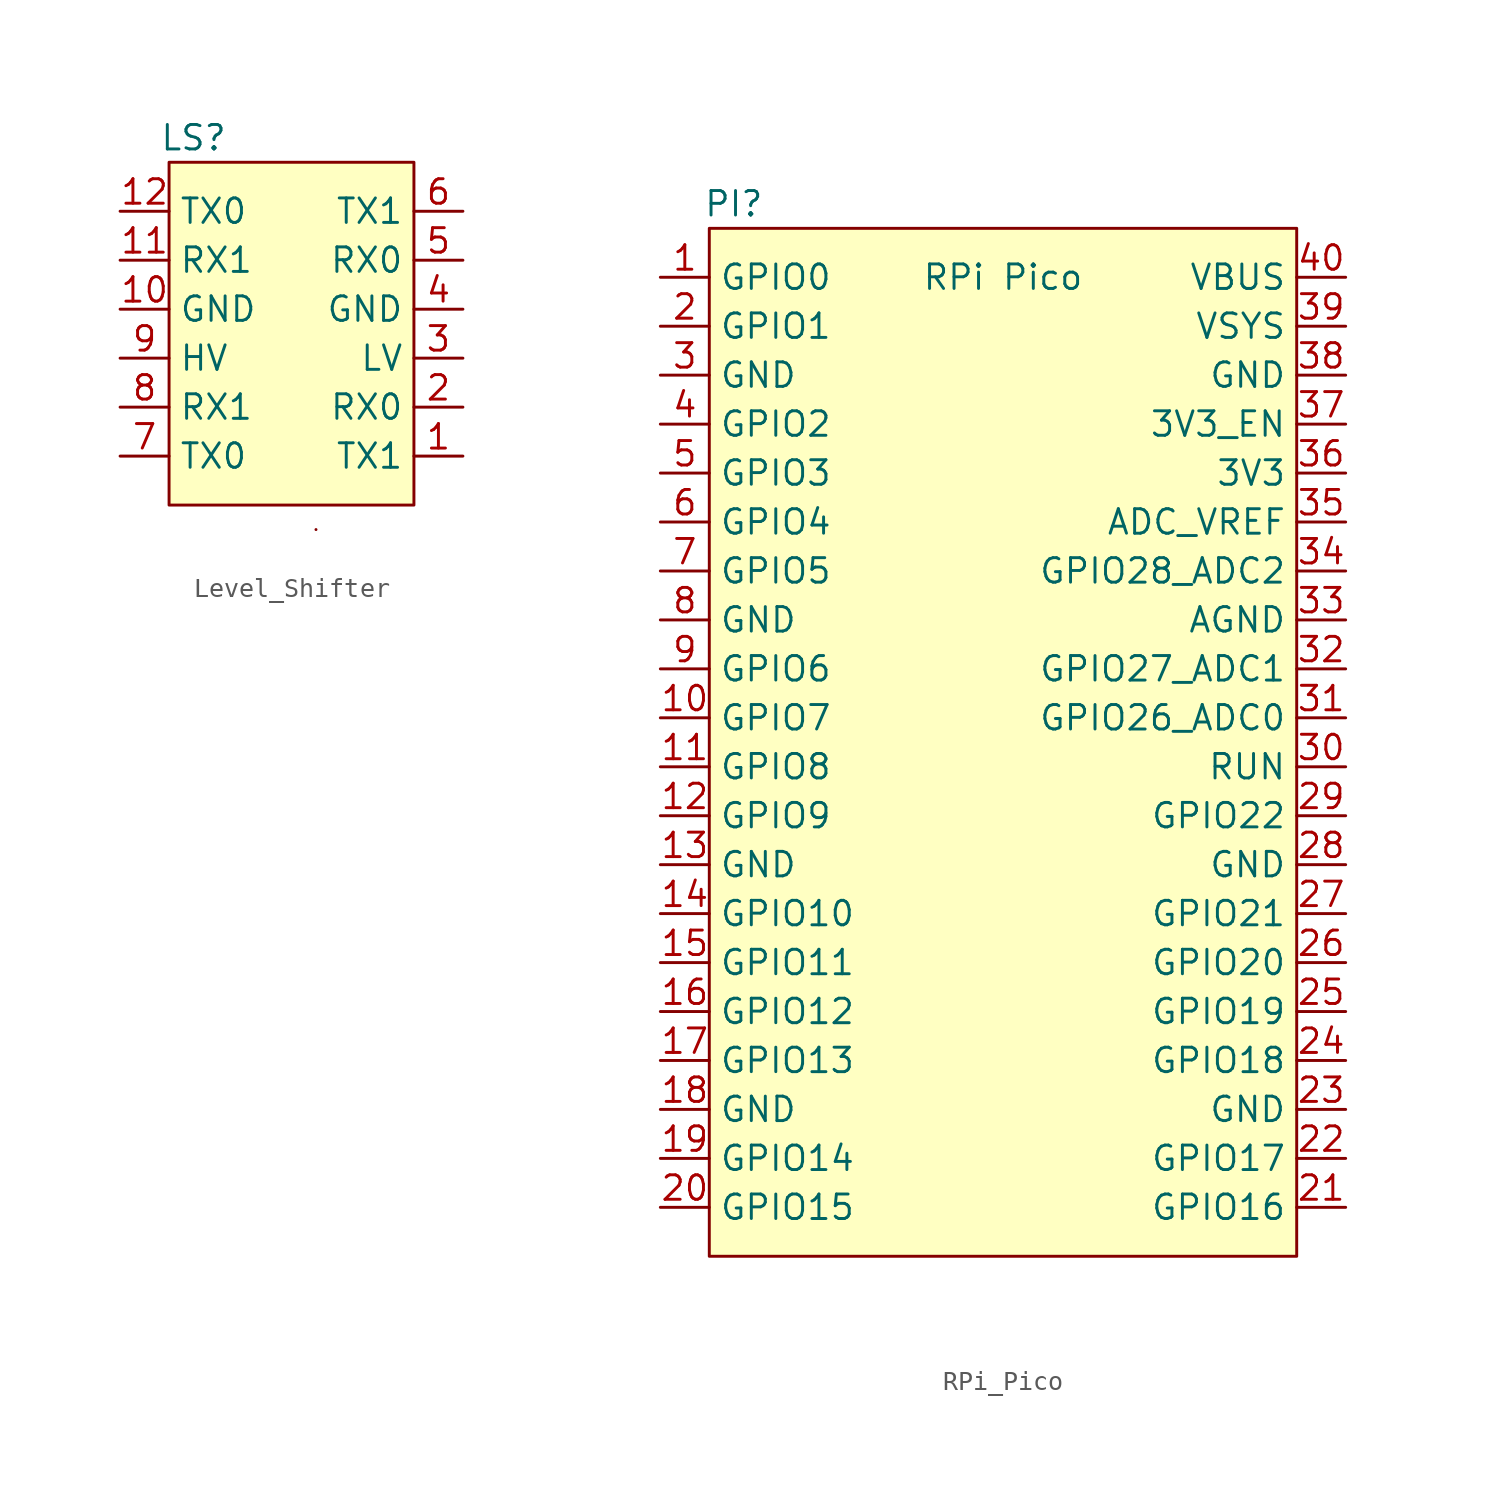
<source format=kicad_sym>
(kicad_symbol_lib
  (version 20220914)
  (generator kicad_symbol_editor)
  (symbol "Level_Shifter"
    (property "Reference" "LS"
      (at -5.08 10.16 0)
      (effects (font (size 1.27 1.27))))
    (property "Value" ""
      (at 8.89 -6.35 0)
      (effects (font (size 1.27 1.27))))
    (symbol "Level_Shifter_0_0"
      (pin unspecified line (at 8.89 -6.35 180) (length 2.54) (name "TX1" (effects (font (size 1.27 1.27)))) (number "1" (effects (font (size 1.27 1.27)))))
      (pin unspecified line (at -8.89 1.27 0) (length 2.54) (name "GND" (effects (font (size 1.27 1.27)))) (number "10" (effects (font (size 1.27 1.27)))))
      (pin unspecified line (at -8.89 3.81 0) (length 2.54) (name "RX1" (effects (font (size 1.27 1.27)))) (number "11" (effects (font (size 1.27 1.27)))))
      (pin unspecified line (at -8.89 6.35 0) (length 2.54) (name "TX0" (effects (font (size 1.27 1.27)))) (number "12" (effects (font (size 1.27 1.27)))))
      (pin unspecified line (at 8.89 -3.81 180) (length 2.54) (name "RX0" (effects (font (size 1.27 1.27)))) (number "2" (effects (font (size 1.27 1.27)))))
      (pin unspecified line (at 8.89 -1.27 180) (length 2.54) (name "LV" (effects (font (size 1.27 1.27)))) (number "3" (effects (font (size 1.27 1.27)))))
      (pin unspecified line (at 8.89 1.27 180) (length 2.54) (name "GND" (effects (font (size 1.27 1.27)))) (number "4" (effects (font (size 1.27 1.27)))))
      (pin unspecified line (at 8.89 3.81 180) (length 2.54) (name "RX0" (effects (font (size 1.27 1.27)))) (number "5" (effects (font (size 1.27 1.27)))))
      (pin unspecified line (at 8.89 6.35 180) (length 2.54) (name "TX1" (effects (font (size 1.27 1.27)))) (number "6" (effects (font (size 1.27 1.27)))))
      (pin unspecified line (at -8.89 -6.35 0) (length 2.54) (name "TX0" (effects (font (size 1.27 1.27)))) (number "7" (effects (font (size 1.27 1.27)))))
      (pin unspecified line (at -8.89 -3.81 0) (length 2.54) (name "RX1" (effects (font (size 1.27 1.27)))) (number "8" (effects (font (size 1.27 1.27)))))
      (pin unspecified line (at -8.89 -1.27 0) (length 2.54) (name "HV" (effects (font (size 1.27 1.27)))) (number "9" (effects (font (size 1.27 1.27))))))
    (symbol "Level_Shifter_0_1"
      (rectangle (start 1.27 -10.16) (end 1.27 -10.16) (stroke (width 0) (type default)) (fill (type none))))
    (symbol "Level_Shifter_1_1"
      (rectangle (start -6.35 8.89) (end 6.35 -8.89) (stroke (width 0) (type default)) (fill (type background)))))
  (symbol "RPi_Pico"
    (property "Reference" "PI"
      (at -13.97 27.94 0)
      (effects (font (size 1.27 1.27))))
    (property "Value" "RPi Pico"
      (at 0 24.13 0)
      (effects (font (size 1.27 1.27))))
    (symbol "RPi_Pico_0_0"
      (pin bidirectional line (at -17.78 24.13 0) (length 2.54) (name "GPIO0" (effects (font (size 1.27 1.27)))) (number "1" (effects (font (size 1.27 1.27)))))
      (pin bidirectional line (at -17.78 1.27 0) (length 2.54) (name "GPIO7" (effects (font (size 1.27 1.27)))) (number "10" (effects (font (size 1.27 1.27)))))
      (pin bidirectional line (at -17.78 -1.27 0) (length 2.54) (name "GPIO8" (effects (font (size 1.27 1.27)))) (number "11" (effects (font (size 1.27 1.27)))))
      (pin bidirectional line (at -17.78 -3.81 0) (length 2.54) (name "GPIO9" (effects (font (size 1.27 1.27)))) (number "12" (effects (font (size 1.27 1.27)))))
      (pin passive line (at -17.78 -6.35 0) (length 2.54) (name "GND" (effects (font (size 1.27 1.27)))) (number "13" (effects (font (size 1.27 1.27)))))
      (pin bidirectional line (at -17.78 -8.89 0) (length 2.54) (name "GPIO10" (effects (font (size 1.27 1.27)))) (number "14" (effects (font (size 1.27 1.27)))))
      (pin bidirectional line (at -17.78 -11.43 0) (length 2.54) (name "GPIO11" (effects (font (size 1.27 1.27)))) (number "15" (effects (font (size 1.27 1.27)))))
      (pin bidirectional line (at -17.78 -13.97 0) (length 2.54) (name "GPIO12" (effects (font (size 1.27 1.27)))) (number "16" (effects (font (size 1.27 1.27)))))
      (pin bidirectional line (at -17.78 -16.51 0) (length 2.54) (name "GPIO13" (effects (font (size 1.27 1.27)))) (number "17" (effects (font (size 1.27 1.27)))))
      (pin passive line (at -17.78 -19.05 0) (length 2.54) (name "GND" (effects (font (size 1.27 1.27)))) (number "18" (effects (font (size 1.27 1.27)))))
      (pin bidirectional line (at -17.78 -21.59 0) (length 2.54) (name "GPIO14" (effects (font (size 1.27 1.27)))) (number "19" (effects (font (size 1.27 1.27)))))
      (pin bidirectional line (at -17.78 21.59 0) (length 2.54) (name "GPIO1" (effects (font (size 1.27 1.27)))) (number "2" (effects (font (size 1.27 1.27)))))
      (pin bidirectional line (at -17.78 -24.13 0) (length 2.54) (name "GPIO15" (effects (font (size 1.27 1.27)))) (number "20" (effects (font (size 1.27 1.27)))))
      (pin bidirectional line (at 17.78 -24.13 180) (length 2.54) (name "GPIO16" (effects (font (size 1.27 1.27)))) (number "21" (effects (font (size 1.27 1.27)))))
      (pin bidirectional line (at 17.78 -21.59 180) (length 2.54) (name "GPIO17" (effects (font (size 1.27 1.27)))) (number "22" (effects (font (size 1.27 1.27)))))
      (pin passive line (at 17.78 -19.05 180) (length 2.54) (name "GND" (effects (font (size 1.27 1.27)))) (number "23" (effects (font (size 1.27 1.27)))))
      (pin bidirectional line (at 17.78 -16.51 180) (length 2.54) (name "GPIO18" (effects (font (size 1.27 1.27)))) (number "24" (effects (font (size 1.27 1.27)))))
      (pin bidirectional line (at 17.78 -13.97 180) (length 2.54) (name "GPIO19" (effects (font (size 1.27 1.27)))) (number "25" (effects (font (size 1.27 1.27)))))
      (pin bidirectional line (at 17.78 -11.43 180) (length 2.54) (name "GPIO20" (effects (font (size 1.27 1.27)))) (number "26" (effects (font (size 1.27 1.27)))))
      (pin bidirectional line (at 17.78 -8.89 180) (length 2.54) (name "GPIO21" (effects (font (size 1.27 1.27)))) (number "27" (effects (font (size 1.27 1.27)))))
      (pin passive line (at 17.78 -6.35 180) (length 2.54) (name "GND" (effects (font (size 1.27 1.27)))) (number "28" (effects (font (size 1.27 1.27)))))
      (pin bidirectional line (at 17.78 -3.81 180) (length 2.54) (name "GPIO22" (effects (font (size 1.27 1.27)))) (number "29" (effects (font (size 1.27 1.27)))))
      (pin passive line (at -17.78 19.05 0) (length 2.54) (name "GND" (effects (font (size 1.27 1.27)))) (number "3" (effects (font (size 1.27 1.27)))))
      (pin input line (at 17.78 -1.27 180) (length 2.54) (name "RUN" (effects (font (size 1.27 1.27)))) (number "30" (effects (font (size 1.27 1.27)))))
      (pin bidirectional line (at 17.78 1.27 180) (length 2.54) (name "GPIO26_ADC0" (effects (font (size 1.27 1.27)))) (number "31" (effects (font (size 1.27 1.27)))))
      (pin bidirectional line (at 17.78 3.81 180) (length 2.54) (name "GPIO27_ADC1" (effects (font (size 1.27 1.27)))) (number "32" (effects (font (size 1.27 1.27)))))
      (pin passive line (at 17.78 6.35 180) (length 2.54) (name "AGND" (effects (font (size 1.27 1.27)))) (number "33" (effects (font (size 1.27 1.27)))))
      (pin bidirectional line (at 17.78 8.89 180) (length 2.54) (name "GPIO28_ADC2" (effects (font (size 1.27 1.27)))) (number "34" (effects (font (size 1.27 1.27)))))
      (pin passive line (at 17.78 11.43 180) (length 2.54) (name "ADC_VREF" (effects (font (size 1.27 1.27)))) (number "35" (effects (font (size 1.27 1.27)))))
      (pin power_in line (at 17.78 13.97 180) (length 2.54) (name "3V3" (effects (font (size 1.27 1.27)))) (number "36" (effects (font (size 1.27 1.27)))))
      (pin input line (at 17.78 16.51 180) (length 2.54) (name "3V3_EN" (effects (font (size 1.27 1.27)))) (number "37" (effects (font (size 1.27 1.27)))))
      (pin passive line (at 17.78 19.05 180) (length 2.54) (name "GND" (effects (font (size 1.27 1.27)))) (number "38" (effects (font (size 1.27 1.27)))))
      (pin power_in line (at 17.78 21.59 180) (length 2.54) (name "VSYS" (effects (font (size 1.27 1.27)))) (number "39" (effects (font (size 1.27 1.27)))))
      (pin bidirectional line (at -17.78 16.51 0) (length 2.54) (name "GPIO2" (effects (font (size 1.27 1.27)))) (number "4" (effects (font (size 1.27 1.27)))))
      (pin power_in line (at 17.78 24.13 180) (length 2.54) (name "VBUS" (effects (font (size 1.27 1.27)))) (number "40" (effects (font (size 1.27 1.27)))))
      (pin bidirectional line (at -17.78 13.97 0) (length 2.54) (name "GPIO3" (effects (font (size 1.27 1.27)))) (number "5" (effects (font (size 1.27 1.27)))))
      (pin bidirectional line (at -17.78 11.43 0) (length 2.54) (name "GPIO4" (effects (font (size 1.27 1.27)))) (number "6" (effects (font (size 1.27 1.27)))))
      (pin bidirectional line (at -17.78 8.89 0) (length 2.54) (name "GPIO5" (effects (font (size 1.27 1.27)))) (number "7" (effects (font (size 1.27 1.27)))))
      (pin passive line (at -17.78 6.35 0) (length 2.54) (name "GND" (effects (font (size 1.27 1.27)))) (number "8" (effects (font (size 1.27 1.27)))))
      (pin bidirectional line (at -17.78 3.81 0) (length 2.54) (name "GPIO6" (effects (font (size 1.27 1.27)))) (number "9" (effects (font (size 1.27 1.27))))))
    (symbol "RPi_Pico_1_1"
      (rectangle (start -15.24 26.67) (end 15.24 -26.67) (stroke (width 0) (type default)) (fill (type background))))))
</source>
